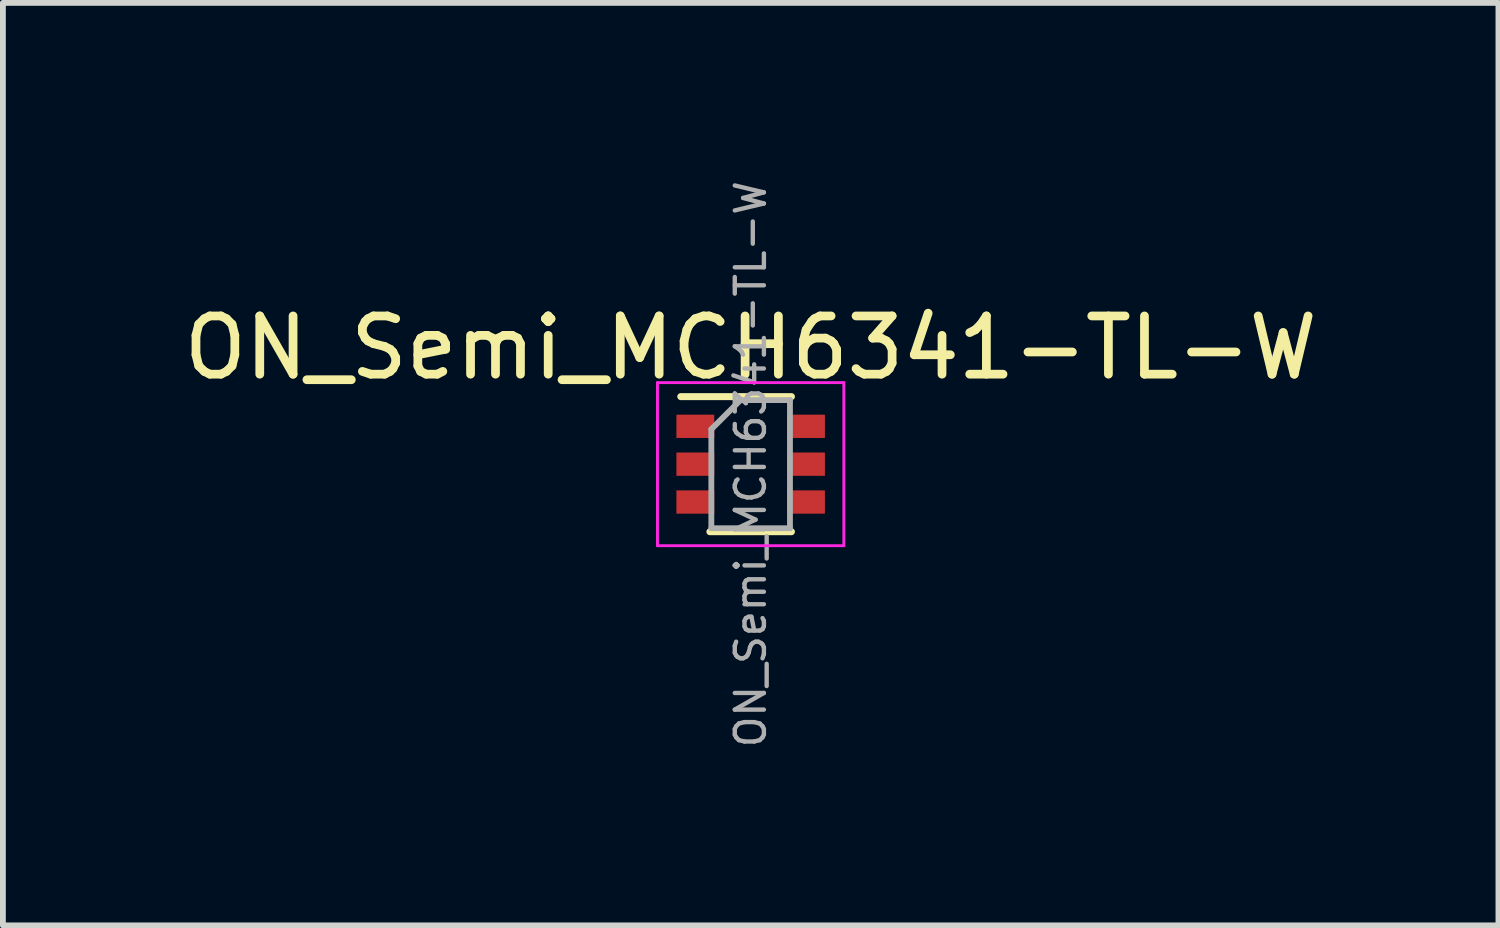
<source format=kicad_pcb>
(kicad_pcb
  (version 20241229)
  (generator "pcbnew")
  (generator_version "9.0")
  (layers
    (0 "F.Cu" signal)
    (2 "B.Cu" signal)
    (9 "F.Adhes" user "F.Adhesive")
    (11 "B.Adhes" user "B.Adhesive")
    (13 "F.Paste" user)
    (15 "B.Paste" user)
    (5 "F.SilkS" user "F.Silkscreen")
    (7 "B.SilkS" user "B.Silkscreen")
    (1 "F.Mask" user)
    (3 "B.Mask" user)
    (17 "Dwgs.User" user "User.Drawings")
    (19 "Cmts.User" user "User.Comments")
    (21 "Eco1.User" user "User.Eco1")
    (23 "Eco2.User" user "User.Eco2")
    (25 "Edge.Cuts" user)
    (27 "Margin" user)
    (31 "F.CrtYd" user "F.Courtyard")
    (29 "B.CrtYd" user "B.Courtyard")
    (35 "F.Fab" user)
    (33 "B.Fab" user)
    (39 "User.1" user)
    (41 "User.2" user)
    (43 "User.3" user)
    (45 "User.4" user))
  (footprint "ON_Semi_MCH6341-TL-W"
    (layer "F.Cu")
    (at 9.839 4.92)
    (property "Reference" "ON_Semi_MCH6341-TL-W" (at 0 -2 0) (layer "F.SilkS") (effects (font (size 1 1) (thickness 0.15))))
    (attr smd)
    (fp_line (start -0.7 1.16) (end 0.7 1.16) (stroke (width 0.12) (type solid)) (layer "F.SilkS"))
    (fp_line (start 0.7 -1.16) (end -1.2 -1.16) (stroke (width 0.12) (type solid)) (layer "F.SilkS"))
    (fp_line (start -1.6 -1.4) (end -1.6 1.4) (stroke (width 0.05) (type solid)) (layer "F.CrtYd"))
    (fp_line (start -1.6 -1.4) (end 1.6 -1.4) (stroke (width 0.05) (type solid)) (layer "F.CrtYd"))
    (fp_line (start -1.6 1.4) (end 1.6 1.4) (stroke (width 0.05) (type solid)) (layer "F.CrtYd"))
    (fp_line (start 1.6 1.4) (end 1.6 -1.4) (stroke (width 0.05) (type solid)) (layer "F.CrtYd"))
    (fp_line (start -0.675 -0.6) (end -0.675 1.1) (stroke (width 0.1) (type solid)) (layer "F.Fab"))
    (fp_line (start -0.175 -1.1) (end -0.675 -0.6) (stroke (width 0.1) (type solid)) (layer "F.Fab"))
    (fp_line (start 0.675 -1.1) (end -0.175 -1.1) (stroke (width 0.1) (type solid)) (layer "F.Fab"))
    (fp_line (start 0.675 -1.1) (end 0.675 1.1) (stroke (width 0.1) (type solid)) (layer "F.Fab"))
    (fp_line (start 0.675 1.1) (end -0.675 1.1) (stroke (width 0.1) (type solid)) (layer "F.Fab"))
    (fp_text user "${REFERENCE}" (at 0 0 90) (layer "F.Fab") (effects (font (size 0.5 0.5) (thickness 0.075))))
    (pad "D" smd rect (at -0.95 -0.65) (size 0.65 0.4) (layers "F.Cu" "F.Mask" "F.Paste"))
    (pad "D" smd rect (at -0.95 0) (size 0.65 0.4) (layers "F.Cu" "F.Mask" "F.Paste"))
    (pad "D" smd rect (at 0.95 -0.65) (size 0.65 0.4) (layers "F.Cu" "F.Mask" "F.Paste"))
    (pad "D" smd rect (at 0.95 0) (size 0.65 0.4) (layers "F.Cu" "F.Mask" "F.Paste"))
    (pad "G" smd rect (at -0.95 0.65) (size 0.65 0.4) (layers "F.Cu" "F.Mask" "F.Paste"))
    (pad "S" smd rect (at 0.95 0.65) (size 0.65 0.4) (layers "F.Cu" "F.Mask" "F.Paste")))
  (gr_rect
    (start -3 -3)
    (end 22.679 12.839)
    (stroke (width 0.1) (type default))
    (fill no)
    (layer "Edge.Cuts")))
</source>
